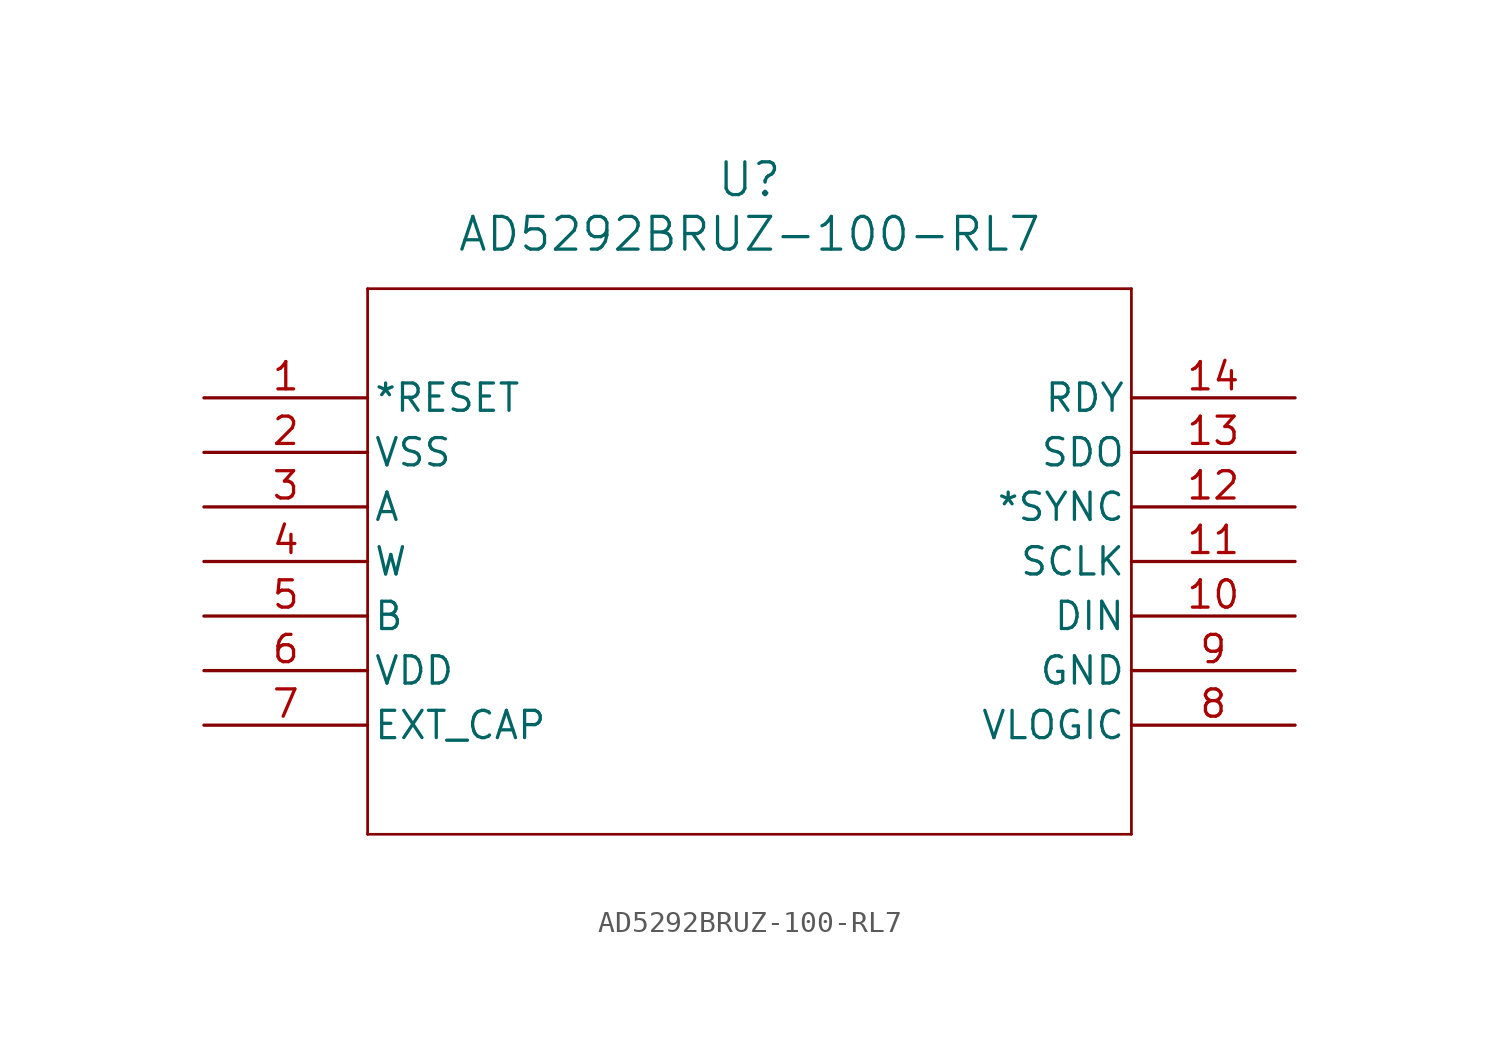
<source format=kicad_sym>
(kicad_symbol_lib
  (version 20211014)
  (generator kicad_symbol_editor)
  (symbol "AD5292BRUZ-100-RL7"
    (pin_names
      (offset 0.254))
    (property "Reference" "U"
      (at 25.4 10.16 0)
      (effects (font (size 1.524 1.524))))
    (property "Value" "AD5292BRUZ-100-RL7"
      (at 25.4 7.62 0)
      (effects (font (size 1.524 1.524))))
    (symbol "AD5292BRUZ-100-RL7_0_1"
      (polyline (pts (xy 7.62 5.08) (xy 7.62 -20.32)) (stroke (width 0.127) (type default) (color 0 0 0 0)) (fill (type none)))
      (polyline (pts (xy 7.62 -20.32) (xy 43.18 -20.32)) (stroke (width 0.127) (type default) (color 0 0 0 0)) (fill (type none)))
      (polyline (pts (xy 43.18 -20.32) (xy 43.18 5.08)) (stroke (width 0.127) (type default) (color 0 0 0 0)) (fill (type none)))
      (polyline (pts (xy 43.18 5.08) (xy 7.62 5.08)) (stroke (width 0.127) (type default) (color 0 0 0 0)) (fill (type none)))
      (pin input line (at 0 0 0) (length 7.62) (name "*RESET" (effects (font (size 1.27 1.27)))) (number "1" (effects (font (size 1.27 1.27)))))
      (pin power_out line (at 0 -2.54 0) (length 7.62) (name "VSS" (effects (font (size 1.27 1.27)))) (number "2" (effects (font (size 1.27 1.27)))))
      (pin unspecified line (at 0 -5.08 0) (length 7.62) (name "A" (effects (font (size 1.27 1.27)))) (number "3" (effects (font (size 1.27 1.27)))))
      (pin unspecified line (at 0 -7.62 0) (length 7.62) (name "W" (effects (font (size 1.27 1.27)))) (number "4" (effects (font (size 1.27 1.27)))))
      (pin unspecified line (at 0 -10.16 0) (length 7.62) (name "B" (effects (font (size 1.27 1.27)))) (number "5" (effects (font (size 1.27 1.27)))))
      (pin power_in line (at 0 -12.7 0) (length 7.62) (name "VDD" (effects (font (size 1.27 1.27)))) (number "6" (effects (font (size 1.27 1.27)))))
      (pin power_in line (at 0 -15.24 0) (length 7.62) (name "EXT_CAP" (effects (font (size 1.27 1.27)))) (number "7" (effects (font (size 1.27 1.27)))))
      (pin power_in line (at 50.8 -15.24 180) (length 7.62) (name "VLOGIC" (effects (font (size 1.27 1.27)))) (number "8" (effects (font (size 1.27 1.27)))))
      (pin power_out line (at 50.8 -12.7 180) (length 7.62) (name "GND" (effects (font (size 1.27 1.27)))) (number "9" (effects (font (size 1.27 1.27)))))
      (pin input line (at 50.8 -10.16 180) (length 7.62) (name "DIN" (effects (font (size 1.27 1.27)))) (number "10" (effects (font (size 1.27 1.27)))))
      (pin input line (at 50.8 -7.62 180) (length 7.62) (name "SCLK" (effects (font (size 1.27 1.27)))) (number "11" (effects (font (size 1.27 1.27)))))
      (pin input line (at 50.8 -5.08 180) (length 7.62) (name "*SYNC" (effects (font (size 1.27 1.27)))) (number "12" (effects (font (size 1.27 1.27)))))
      (pin output line (at 50.8 -2.54 180) (length 7.62) (name "SDO" (effects (font (size 1.27 1.27)))) (number "13" (effects (font (size 1.27 1.27)))))
      (pin output line (at 50.8 0 180) (length 7.62) (name "RDY" (effects (font (size 1.27 1.27)))) (number "14" (effects (font (size 1.27 1.27))))))))
</source>
